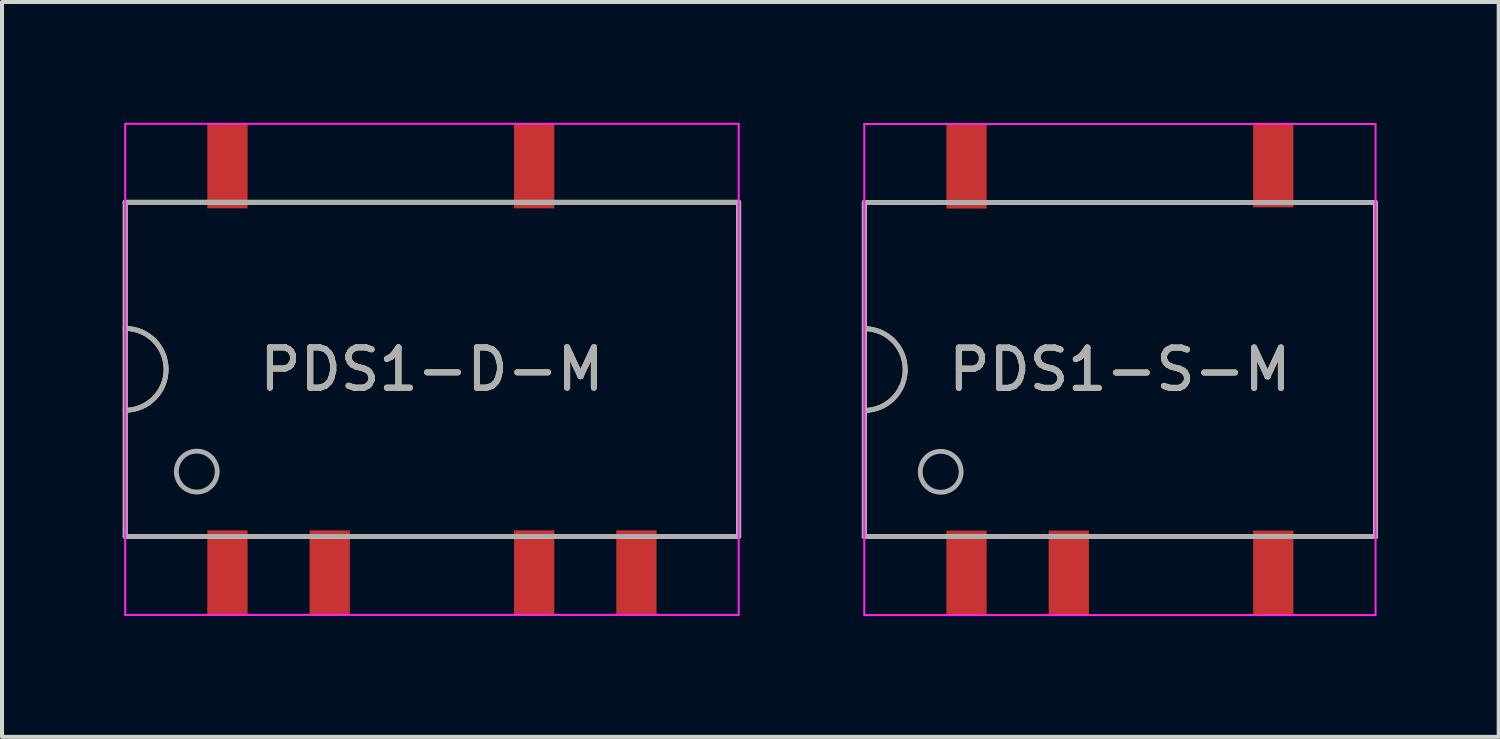
<source format=kicad_pcb>
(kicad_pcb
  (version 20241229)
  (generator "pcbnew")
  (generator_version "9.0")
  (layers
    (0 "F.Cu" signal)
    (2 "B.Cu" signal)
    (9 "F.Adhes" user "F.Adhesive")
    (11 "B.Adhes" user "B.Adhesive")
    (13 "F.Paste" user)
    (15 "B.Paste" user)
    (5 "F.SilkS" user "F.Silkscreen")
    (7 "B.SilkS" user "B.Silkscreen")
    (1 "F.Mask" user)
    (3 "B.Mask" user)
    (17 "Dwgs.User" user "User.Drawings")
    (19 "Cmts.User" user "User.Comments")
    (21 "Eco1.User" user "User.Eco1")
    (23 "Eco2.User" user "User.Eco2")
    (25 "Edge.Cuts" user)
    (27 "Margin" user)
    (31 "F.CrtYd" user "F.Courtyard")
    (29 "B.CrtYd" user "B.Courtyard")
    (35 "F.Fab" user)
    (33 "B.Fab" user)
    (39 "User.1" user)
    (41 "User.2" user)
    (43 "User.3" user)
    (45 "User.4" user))
  (footprint "PDS1-D-M"
    (layer "F.Cu")
    (at 7.68 6.125)
    (property "Reference" "PDS1-D-M" (at 0 0 0) (layer "F.SilkS") (effects (font (size 1 1) (thickness 0.15))))
    (attr smd)
    (fp_line (start -7.62 -4.15) (end -7.62 4.15) (stroke (width 0.12) (type solid)) (layer "F.SilkS"))
    (fp_line (start -7.62 4.15) (end 7.62 4.15) (stroke (width 0.12) (type solid)) (layer "F.SilkS"))
    (fp_line (start 7.62 -4.15) (end -7.62 -4.15) (stroke (width 0.12) (type solid)) (layer "F.SilkS"))
    (fp_line (start 7.62 -4.15) (end 7.62 4.15) (stroke (width 0.12) (type solid)) (layer "F.SilkS"))
    (fp_arc (start -7.62 -1.016) (mid -6.604 0) (end -7.62 1.016) (stroke (width 0.12) (type solid)) (layer "F.SilkS"))
    (fp_line (start -7.62 -6.1) (end -7.62 6.1) (stroke (width 0.05) (type solid)) (layer "F.CrtYd"))
    (fp_line (start -7.62 6.1) (end 7.62 6.1) (stroke (width 0.05) (type solid)) (layer "F.CrtYd"))
    (fp_line (start 7.62 -6.1) (end -7.62 -6.1) (stroke (width 0.05) (type solid)) (layer "F.CrtYd"))
    (fp_line (start 7.62 6.1) (end 7.62 -6.1) (stroke (width 0.05) (type solid)) (layer "F.CrtYd"))
    (fp_line (start -7.62 -4.15) (end -7.62 4.15) (stroke (width 0.12) (type solid)) (layer "F.Fab"))
    (fp_line (start -7.62 4.15) (end 7.62 4.15) (stroke (width 0.12) (type solid)) (layer "F.Fab"))
    (fp_line (start 7.62 -4.15) (end -7.62 -4.15) (stroke (width 0.12) (type solid)) (layer "F.Fab"))
    (fp_line (start 7.62 -4.15) (end 7.62 4.15) (stroke (width 0.12) (type solid)) (layer "F.Fab"))
    (fp_arc (start -7.62 -1.016) (mid -6.604 0) (end -7.62 1.016) (stroke (width 0.12) (type solid)) (layer "F.Fab"))
    (fp_circle (center -5.842 2.54) (end -5.842 3.048) (stroke (width 0.12) (type solid)) (fill no) (layer "F.Fab"))
    (fp_text user "${REFERENCE}" (at 0 0 0) (layer "F.Fab") (effects (font (size 1 1) (thickness 0.15))))
    (pad "1" smd rect (at -5.08 5.05) (size 1 2.1) (layers "F.Cu" "F.Mask" "F.Paste"))
    (pad "2" smd rect (at -2.54 5.05) (size 1 2.1) (layers "F.Cu" "F.Mask" "F.Paste"))
    (pad "4" smd rect (at 2.54 5.05) (size 1 2.1) (layers "F.Cu" "F.Mask" "F.Paste"))
    (pad "5" smd rect (at 5.08 5.05) (size 1 2.1) (layers "F.Cu" "F.Mask" "F.Paste"))
    (pad "7" smd rect (at 2.54 -5.05) (size 1 2.1) (layers "F.Cu" "F.Mask" "F.Paste"))
    (pad "10" smd rect (at -5.08 -5.05) (size 1 2.1) (layers "F.Cu" "F.Mask" "F.Paste")))
  (footprint "PDS1-S-M"
    (layer "F.Cu")
    (at 24.77 6.13)
    (property "Reference" "PDS1-S-M" (at 0 0 0) (layer "F.SilkS") (effects (font (size 1 1) (thickness 0.15))))
    (attr smd)
    (fp_line (start -6.35 -4.15) (end -6.35 4.15) (stroke (width 0.12) (type solid)) (layer "F.SilkS"))
    (fp_line (start -6.35 4.15) (end 6.35 4.15) (stroke (width 0.12) (type solid)) (layer "F.SilkS"))
    (fp_line (start 6.35 -4.15) (end -6.35 -4.15) (stroke (width 0.12) (type solid)) (layer "F.SilkS"))
    (fp_line (start 6.35 -4.15) (end 6.35 4.15) (stroke (width 0.12) (type solid)) (layer "F.SilkS"))
    (fp_arc (start -6.35 -1.016) (mid -5.334 0) (end -6.35 1.016) (stroke (width 0.12) (type solid)) (layer "F.SilkS"))
    (fp_line (start -6.35 -6.1) (end -6.35 6.1) (stroke (width 0.05) (type solid)) (layer "F.CrtYd"))
    (fp_line (start -6.35 6.1) (end 6.35 6.1) (stroke (width 0.05) (type solid)) (layer "F.CrtYd"))
    (fp_line (start 6.35 -6.1) (end -6.35 -6.1) (stroke (width 0.05) (type solid)) (layer "F.CrtYd"))
    (fp_line (start 6.35 6.1) (end 6.35 -6.1) (stroke (width 0.05) (type solid)) (layer "F.CrtYd"))
    (fp_line (start -6.35 -4.15) (end -6.35 4.15) (stroke (width 0.12) (type solid)) (layer "F.Fab"))
    (fp_line (start -6.35 4.15) (end 6.35 4.15) (stroke (width 0.12) (type solid)) (layer "F.Fab"))
    (fp_line (start 6.35 -4.15) (end -6.35 -4.15) (stroke (width 0.12) (type solid)) (layer "F.Fab"))
    (fp_line (start 6.35 -4.15) (end 6.35 4.15) (stroke (width 0.12) (type solid)) (layer "F.Fab"))
    (fp_arc (start -6.35 -1.016) (mid -5.334 0) (end -6.35 1.016) (stroke (width 0.12) (type solid)) (layer "F.Fab"))
    (fp_circle (center -4.452 2.54) (end -4.452 3.048) (stroke (width 0.12) (type solid)) (fill no) (layer "F.Fab"))
    (fp_text user "${REFERENCE}" (at 0 0 0) (layer "F.Fab") (effects (font (size 1 1) (thickness 0.15))))
    (pad "1" smd rect (at -3.81 5.05) (size 1 2.1) (layers "F.Cu" "F.Mask" "F.Paste"))
    (pad "2" smd rect (at -1.27 5.05) (size 1 2.1) (layers "F.Cu" "F.Mask" "F.Paste"))
    (pad "4" smd rect (at 3.81 5.05) (size 1 2.1) (layers "F.Cu" "F.Mask" "F.Paste"))
    (pad "5" smd rect (at 3.81 -5.08 180) (size 1 2.1) (layers "F.Cu" "F.Mask" "F.Paste"))
    (pad "8" smd rect (at -3.81 -5.05) (size 1 2.1) (layers "F.Cu" "F.Mask" "F.Paste")))
  (gr_rect
    (start -3 -3)
    (end 34.18 15.255)
    (stroke (width 0.1) (type default))
    (fill no)
    (layer "Edge.Cuts")))
</source>
